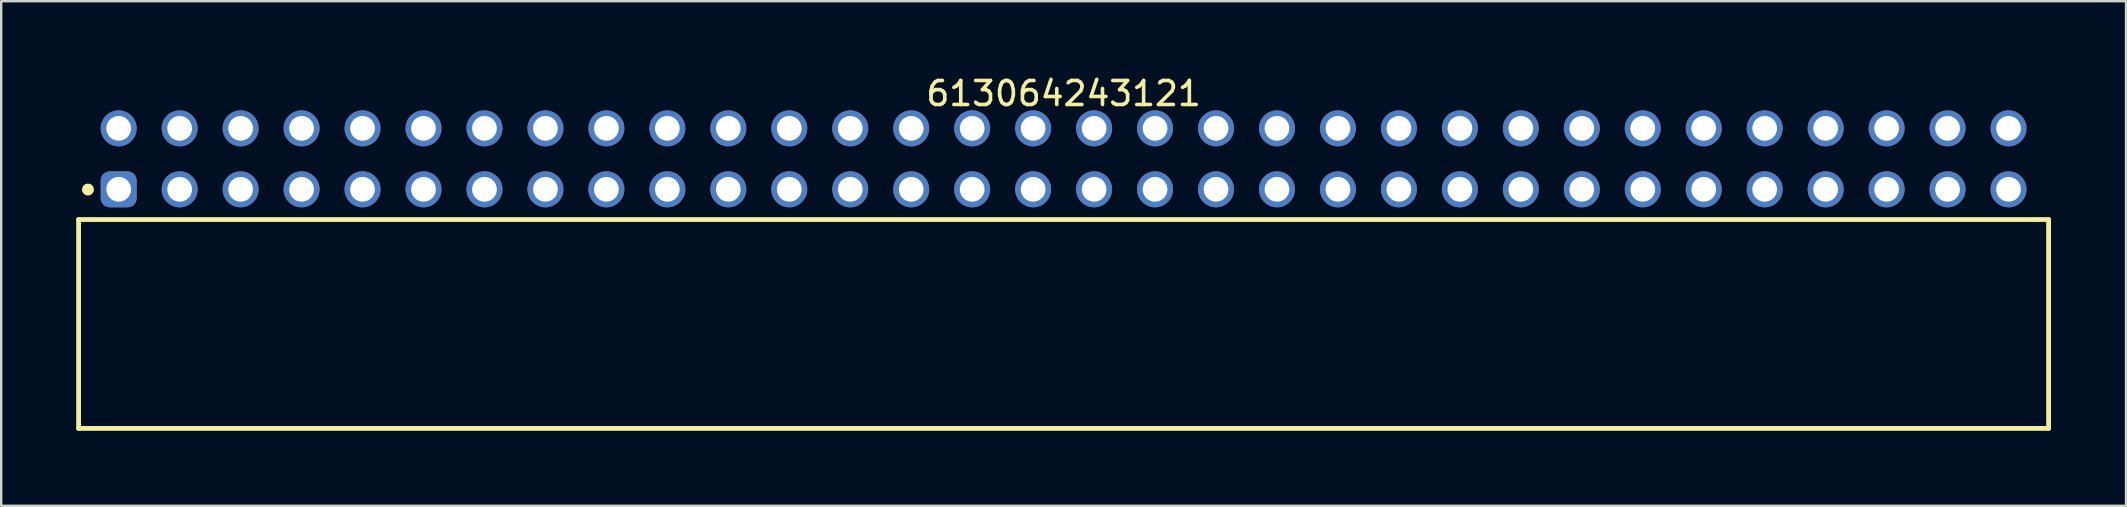
<source format=kicad_pcb>
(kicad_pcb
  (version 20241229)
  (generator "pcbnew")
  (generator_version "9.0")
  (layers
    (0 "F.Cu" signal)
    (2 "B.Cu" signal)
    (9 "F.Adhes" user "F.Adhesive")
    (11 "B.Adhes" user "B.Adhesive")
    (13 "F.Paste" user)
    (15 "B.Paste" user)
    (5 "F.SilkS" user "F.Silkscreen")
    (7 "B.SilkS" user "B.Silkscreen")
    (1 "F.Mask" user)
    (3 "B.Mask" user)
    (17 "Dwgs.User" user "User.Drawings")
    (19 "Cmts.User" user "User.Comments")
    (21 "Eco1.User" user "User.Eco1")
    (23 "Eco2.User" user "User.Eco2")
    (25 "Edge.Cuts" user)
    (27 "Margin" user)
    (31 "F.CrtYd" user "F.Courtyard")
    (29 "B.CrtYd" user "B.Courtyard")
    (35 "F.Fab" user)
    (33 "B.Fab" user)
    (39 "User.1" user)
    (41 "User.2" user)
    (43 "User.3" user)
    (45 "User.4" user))
  (footprint "613064243121"
    (layer "F.Cu")
    (at 41.265 10.448)
    (property "Reference" "613064243121" (at 0 -9.6 0) (layer "F.SilkS") (effects (font (size 1 1) (thickness 0.15))))
    (fp_line (start -41.04 -4.35) (end 41.04 -4.35) (stroke (width 0.2) (type solid)) (layer "F.SilkS"))
    (fp_line (start -41.04 4.35) (end -41.04 -4.35) (stroke (width 0.2) (type solid)) (layer "F.SilkS"))
    (fp_line (start -41.04 4.35) (end 41.04 4.35) (stroke (width 0.2) (type solid)) (layer "F.SilkS"))
    (fp_line (start 41.04 4.35) (end 41.04 -4.35) (stroke (width 0.2) (type solid)) (layer "F.SilkS"))
    (fp_circle (center -40.65 -5.6) (end -40.65 -5.725) (stroke (width 0.25) (type solid)) (fill no) (layer "F.SilkS"))
    (fp_line (start -41.24 -9.1) (end 41.24 -9.1) (stroke (width 0.05) (type solid)) (layer "Eco2.User"))
    (fp_line (start -41.24 4.55) (end -41.24 -9.1) (stroke (width 0.05) (type solid)) (layer "Eco2.User"))
    (fp_line (start -41.24 4.55) (end 41.24 4.55) (stroke (width 0.05) (type solid)) (layer "Eco2.User"))
    (fp_line (start -40.89 -4.25) (end 40.89 -4.25) (stroke (width 0.1) (type solid)) (layer "Eco2.User"))
    (fp_line (start -40.89 4.25) (end -40.89 -4.25) (stroke (width 0.1) (type solid)) (layer "Eco2.User"))
    (fp_line (start -40.89 4.25) (end 40.89 4.25) (stroke (width 0.1) (type solid)) (layer "Eco2.User"))
    (fp_line (start -39.74 -8.35) (end -39 -8.35) (stroke (width 0.1) (type solid)) (layer "Eco2.User"))
    (fp_line (start -39.74 -5.81) (end -39 -5.81) (stroke (width 0.1) (type solid)) (layer "Eco2.User"))
    (fp_line (start -39.74 -4.25) (end -39.74 -8.35) (stroke (width 0.1) (type solid)) (layer "Eco2.User"))
    (fp_line (start -39 -4.25) (end -39 -8.35) (stroke (width 0.1) (type solid)) (layer "Eco2.User"))
    (fp_line (start -37.2 -8.35) (end -36.46 -8.35) (stroke (width 0.1) (type solid)) (layer "Eco2.User"))
    (fp_line (start -37.2 -5.81) (end -36.46 -5.81) (stroke (width 0.1) (type solid)) (layer "Eco2.User"))
    (fp_line (start -37.2 -4.25) (end -37.2 -8.35) (stroke (width 0.1) (type solid)) (layer "Eco2.User"))
    (fp_line (start -36.46 -4.25) (end -36.46 -8.35) (stroke (width 0.1) (type solid)) (layer "Eco2.User"))
    (fp_line (start -34.66 -8.35) (end -33.92 -8.35) (stroke (width 0.1) (type solid)) (layer "Eco2.User"))
    (fp_line (start -34.66 -5.81) (end -33.92 -5.81) (stroke (width 0.1) (type solid)) (layer "Eco2.User"))
    (fp_line (start -34.66 -4.25) (end -34.66 -8.35) (stroke (width 0.1) (type solid)) (layer "Eco2.User"))
    (fp_line (start -33.92 -4.25) (end -33.92 -8.35) (stroke (width 0.1) (type solid)) (layer "Eco2.User"))
    (fp_line (start -32.12 -8.35) (end -31.38 -8.35) (stroke (width 0.1) (type solid)) (layer "Eco2.User"))
    (fp_line (start -32.12 -5.81) (end -31.38 -5.81) (stroke (width 0.1) (type solid)) (layer "Eco2.User"))
    (fp_line (start -32.12 -4.25) (end -32.12 -8.35) (stroke (width 0.1) (type solid)) (layer "Eco2.User"))
    (fp_line (start -31.38 -4.25) (end -31.38 -8.35) (stroke (width 0.1) (type solid)) (layer "Eco2.User"))
    (fp_line (start -29.58 -8.35) (end -28.84 -8.35) (stroke (width 0.1) (type solid)) (layer "Eco2.User"))
    (fp_line (start -29.58 -5.81) (end -28.84 -5.81) (stroke (width 0.1) (type solid)) (layer "Eco2.User"))
    (fp_line (start -29.58 -4.25) (end -29.58 -8.35) (stroke (width 0.1) (type solid)) (layer "Eco2.User"))
    (fp_line (start -28.84 -4.25) (end -28.84 -8.35) (stroke (width 0.1) (type solid)) (layer "Eco2.User"))
    (fp_line (start -27.04 -8.35) (end -26.3 -8.35) (stroke (width 0.1) (type solid)) (layer "Eco2.User"))
    (fp_line (start -27.04 -5.81) (end -26.3 -5.81) (stroke (width 0.1) (type solid)) (layer "Eco2.User"))
    (fp_line (start -27.04 -4.25) (end -27.04 -8.35) (stroke (width 0.1) (type solid)) (layer "Eco2.User"))
    (fp_line (start -26.3 -4.25) (end -26.3 -8.35) (stroke (width 0.1) (type solid)) (layer "Eco2.User"))
    (fp_line (start -24.5 -8.35) (end -23.76 -8.35) (stroke (width 0.1) (type solid)) (layer "Eco2.User"))
    (fp_line (start -24.5 -5.81) (end -23.76 -5.81) (stroke (width 0.1) (type solid)) (layer "Eco2.User"))
    (fp_line (start -24.5 -4.25) (end -24.5 -8.35) (stroke (width 0.1) (type solid)) (layer "Eco2.User"))
    (fp_line (start -23.76 -4.25) (end -23.76 -8.35) (stroke (width 0.1) (type solid)) (layer "Eco2.User"))
    (fp_line (start -21.96 -8.35) (end -21.22 -8.35) (stroke (width 0.1) (type solid)) (layer "Eco2.User"))
    (fp_line (start -21.96 -5.81) (end -21.22 -5.81) (stroke (width 0.1) (type solid)) (layer "Eco2.User"))
    (fp_line (start -21.96 -4.25) (end -21.96 -8.35) (stroke (width 0.1) (type solid)) (layer "Eco2.User"))
    (fp_line (start -21.22 -4.25) (end -21.22 -8.35) (stroke (width 0.1) (type solid)) (layer "Eco2.User"))
    (fp_line (start -19.42 -8.35) (end -18.68 -8.35) (stroke (width 0.1) (type solid)) (layer "Eco2.User"))
    (fp_line (start -19.42 -5.81) (end -18.68 -5.81) (stroke (width 0.1) (type solid)) (layer "Eco2.User"))
    (fp_line (start -19.42 -4.25) (end -19.42 -8.35) (stroke (width 0.1) (type solid)) (layer "Eco2.User"))
    (fp_line (start -18.68 -4.25) (end -18.68 -8.35) (stroke (width 0.1) (type solid)) (layer "Eco2.User"))
    (fp_line (start -16.88 -8.35) (end -16.14 -8.35) (stroke (width 0.1) (type solid)) (layer "Eco2.User"))
    (fp_line (start -16.88 -5.81) (end -16.14 -5.81) (stroke (width 0.1) (type solid)) (layer "Eco2.User"))
    (fp_line (start -16.88 -4.25) (end -16.88 -8.35) (stroke (width 0.1) (type solid)) (layer "Eco2.User"))
    (fp_line (start -16.14 -4.25) (end -16.14 -8.35) (stroke (width 0.1) (type solid)) (layer "Eco2.User"))
    (fp_line (start -14.34 -8.35) (end -13.6 -8.35) (stroke (width 0.1) (type solid)) (layer "Eco2.User"))
    (fp_line (start -14.34 -5.81) (end -13.6 -5.81) (stroke (width 0.1) (type solid)) (layer "Eco2.User"))
    (fp_line (start -14.34 -4.25) (end -14.34 -8.35) (stroke (width 0.1) (type solid)) (layer "Eco2.User"))
    (fp_line (start -13.6 -4.25) (end -13.6 -8.35) (stroke (width 0.1) (type solid)) (layer "Eco2.User"))
    (fp_line (start -11.8 -8.35) (end -11.06 -8.35) (stroke (width 0.1) (type solid)) (layer "Eco2.User"))
    (fp_line (start -11.8 -5.81) (end -11.06 -5.81) (stroke (width 0.1) (type solid)) (layer "Eco2.User"))
    (fp_line (start -11.8 -4.25) (end -11.8 -8.35) (stroke (width 0.1) (type solid)) (layer "Eco2.User"))
    (fp_line (start -11.06 -4.25) (end -11.06 -8.35) (stroke (width 0.1) (type solid)) (layer "Eco2.User"))
    (fp_line (start -9.26 -8.35) (end -8.52 -8.35) (stroke (width 0.1) (type solid)) (layer "Eco2.User"))
    (fp_line (start -9.26 -5.81) (end -8.52 -5.81) (stroke (width 0.1) (type solid)) (layer "Eco2.User"))
    (fp_line (start -9.26 -4.25) (end -9.26 -8.35) (stroke (width 0.1) (type solid)) (layer "Eco2.User"))
    (fp_line (start -8.52 -4.25) (end -8.52 -8.35) (stroke (width 0.1) (type solid)) (layer "Eco2.User"))
    (fp_line (start -6.72 -8.35) (end -5.98 -8.35) (stroke (width 0.1) (type solid)) (layer "Eco2.User"))
    (fp_line (start -6.72 -5.81) (end -5.98 -5.81) (stroke (width 0.1) (type solid)) (layer "Eco2.User"))
    (fp_line (start -6.72 -4.25) (end -6.72 -8.35) (stroke (width 0.1) (type solid)) (layer "Eco2.User"))
    (fp_line (start -5.98 -4.25) (end -5.98 -8.35) (stroke (width 0.1) (type solid)) (layer "Eco2.User"))
    (fp_line (start -4.18 -8.35) (end -3.44 -8.35) (stroke (width 0.1) (type solid)) (layer "Eco2.User"))
    (fp_line (start -4.18 -5.81) (end -3.44 -5.81) (stroke (width 0.1) (type solid)) (layer "Eco2.User"))
    (fp_line (start -4.18 -4.25) (end -4.18 -8.35) (stroke (width 0.1) (type solid)) (layer "Eco2.User"))
    (fp_line (start -3.44 -4.25) (end -3.44 -8.35) (stroke (width 0.1) (type solid)) (layer "Eco2.User"))
    (fp_line (start -1.64 -8.35) (end -0.9 -8.35) (stroke (width 0.1) (type solid)) (layer "Eco2.User"))
    (fp_line (start -1.64 -5.81) (end -0.9 -5.81) (stroke (width 0.1) (type solid)) (layer "Eco2.User"))
    (fp_line (start -1.64 -4.25) (end -1.64 -8.35) (stroke (width 0.1) (type solid)) (layer "Eco2.User"))
    (fp_line (start -0.9 -4.25) (end -0.9 -8.35) (stroke (width 0.1) (type solid)) (layer "Eco2.User"))
    (fp_line (start -0.5 0) (end 0.5 0) (stroke (width 0.05) (type solid)) (layer "Eco2.User"))
    (fp_line (start 0 0.5) (end 0 -0.5) (stroke (width 0.05) (type solid)) (layer "Eco2.User"))
    (fp_line (start 0.9 -8.35) (end 1.64 -8.35) (stroke (width 0.1) (type solid)) (layer "Eco2.User"))
    (fp_line (start 0.9 -5.81) (end 1.64 -5.81) (stroke (width 0.1) (type solid)) (layer "Eco2.User"))
    (fp_line (start 0.9 -4.25) (end 0.9 -8.35) (stroke (width 0.1) (type solid)) (layer "Eco2.User"))
    (fp_line (start 1.64 -4.25) (end 1.64 -8.35) (stroke (width 0.1) (type solid)) (layer "Eco2.User"))
    (fp_line (start 3.44 -8.35) (end 4.18 -8.35) (stroke (width 0.1) (type solid)) (layer "Eco2.User"))
    (fp_line (start 3.44 -5.81) (end 4.18 -5.81) (stroke (width 0.1) (type solid)) (layer "Eco2.User"))
    (fp_line (start 3.44 -4.25) (end 3.44 -8.35) (stroke (width 0.1) (type solid)) (layer "Eco2.User"))
    (fp_line (start 4.18 -4.25) (end 4.18 -8.35) (stroke (width 0.1) (type solid)) (layer "Eco2.User"))
    (fp_line (start 5.98 -8.35) (end 6.72 -8.35) (stroke (width 0.1) (type solid)) (layer "Eco2.User"))
    (fp_line (start 5.98 -5.81) (end 6.72 -5.81) (stroke (width 0.1) (type solid)) (layer "Eco2.User"))
    (fp_line (start 5.98 -4.25) (end 5.98 -8.35) (stroke (width 0.1) (type solid)) (layer "Eco2.User"))
    (fp_line (start 6.72 -4.25) (end 6.72 -8.35) (stroke (width 0.1) (type solid)) (layer "Eco2.User"))
    (fp_line (start 8.52 -8.35) (end 9.26 -8.35) (stroke (width 0.1) (type solid)) (layer "Eco2.User"))
    (fp_line (start 8.52 -5.81) (end 9.26 -5.81) (stroke (width 0.1) (type solid)) (layer "Eco2.User"))
    (fp_line (start 8.52 -4.25) (end 8.52 -8.35) (stroke (width 0.1) (type solid)) (layer "Eco2.User"))
    (fp_line (start 9.26 -4.25) (end 9.26 -8.35) (stroke (width 0.1) (type solid)) (layer "Eco2.User"))
    (fp_line (start 11.06 -8.35) (end 11.8 -8.35) (stroke (width 0.1) (type solid)) (layer "Eco2.User"))
    (fp_line (start 11.06 -5.81) (end 11.8 -5.81) (stroke (width 0.1) (type solid)) (layer "Eco2.User"))
    (fp_line (start 11.06 -4.25) (end 11.06 -8.35) (stroke (width 0.1) (type solid)) (layer "Eco2.User"))
    (fp_line (start 11.8 -4.25) (end 11.8 -8.35) (stroke (width 0.1) (type solid)) (layer "Eco2.User"))
    (fp_line (start 13.6 -8.35) (end 14.34 -8.35) (stroke (width 0.1) (type solid)) (layer "Eco2.User"))
    (fp_line (start 13.6 -5.81) (end 14.34 -5.81) (stroke (width 0.1) (type solid)) (layer "Eco2.User"))
    (fp_line (start 13.6 -4.25) (end 13.6 -8.35) (stroke (width 0.1) (type solid)) (layer "Eco2.User"))
    (fp_line (start 14.34 -4.25) (end 14.34 -8.35) (stroke (width 0.1) (type solid)) (layer "Eco2.User"))
    (fp_line (start 16.14 -8.35) (end 16.88 -8.35) (stroke (width 0.1) (type solid)) (layer "Eco2.User"))
    (fp_line (start 16.14 -5.81) (end 16.88 -5.81) (stroke (width 0.1) (type solid)) (layer "Eco2.User"))
    (fp_line (start 16.14 -4.25) (end 16.14 -8.35) (stroke (width 0.1) (type solid)) (layer "Eco2.User"))
    (fp_line (start 16.88 -4.25) (end 16.88 -8.35) (stroke (width 0.1) (type solid)) (layer "Eco2.User"))
    (fp_line (start 18.68 -8.35) (end 19.42 -8.35) (stroke (width 0.1) (type solid)) (layer "Eco2.User"))
    (fp_line (start 18.68 -5.81) (end 19.42 -5.81) (stroke (width 0.1) (type solid)) (layer "Eco2.User"))
    (fp_line (start 18.68 -4.25) (end 18.68 -8.35) (stroke (width 0.1) (type solid)) (layer "Eco2.User"))
    (fp_line (start 19.42 -4.25) (end 19.42 -8.35) (stroke (width 0.1) (type solid)) (layer "Eco2.User"))
    (fp_line (start 21.22 -8.35) (end 21.96 -8.35) (stroke (width 0.1) (type solid)) (layer "Eco2.User"))
    (fp_line (start 21.22 -5.81) (end 21.96 -5.81) (stroke (width 0.1) (type solid)) (layer "Eco2.User"))
    (fp_line (start 21.22 -4.25) (end 21.22 -8.35) (stroke (width 0.1) (type solid)) (layer "Eco2.User"))
    (fp_line (start 21.96 -4.25) (end 21.96 -8.35) (stroke (width 0.1) (type solid)) (layer "Eco2.User"))
    (fp_line (start 23.76 -8.35) (end 24.5 -8.35) (stroke (width 0.1) (type solid)) (layer "Eco2.User"))
    (fp_line (start 23.76 -5.81) (end 24.5 -5.81) (stroke (width 0.1) (type solid)) (layer "Eco2.User"))
    (fp_line (start 23.76 -4.25) (end 23.76 -8.35) (stroke (width 0.1) (type solid)) (layer "Eco2.User"))
    (fp_line (start 24.5 -4.25) (end 24.5 -8.35) (stroke (width 0.1) (type solid)) (layer "Eco2.User"))
    (fp_line (start 26.3 -8.35) (end 27.04 -8.35) (stroke (width 0.1) (type solid)) (layer "Eco2.User"))
    (fp_line (start 26.3 -5.81) (end 27.04 -5.81) (stroke (width 0.1) (type solid)) (layer "Eco2.User"))
    (fp_line (start 26.3 -4.25) (end 26.3 -8.35) (stroke (width 0.1) (type solid)) (layer "Eco2.User"))
    (fp_line (start 27.04 -4.25) (end 27.04 -8.35) (stroke (width 0.1) (type solid)) (layer "Eco2.User"))
    (fp_line (start 28.84 -8.35) (end 29.58 -8.35) (stroke (width 0.1) (type solid)) (layer "Eco2.User"))
    (fp_line (start 28.84 -5.81) (end 29.58 -5.81) (stroke (width 0.1) (type solid)) (layer "Eco2.User"))
    (fp_line (start 28.84 -4.25) (end 28.84 -8.35) (stroke (width 0.1) (type solid)) (layer "Eco2.User"))
    (fp_line (start 29.58 -4.25) (end 29.58 -8.35) (stroke (width 0.1) (type solid)) (layer "Eco2.User"))
    (fp_line (start 31.38 -8.35) (end 32.12 -8.35) (stroke (width 0.1) (type solid)) (layer "Eco2.User"))
    (fp_line (start 31.38 -5.81) (end 32.12 -5.81) (stroke (width 0.1) (type solid)) (layer "Eco2.User"))
    (fp_line (start 31.38 -4.25) (end 31.38 -8.35) (stroke (width 0.1) (type solid)) (layer "Eco2.User"))
    (fp_line (start 32.12 -4.25) (end 32.12 -8.35) (stroke (width 0.1) (type solid)) (layer "Eco2.User"))
    (fp_line (start 33.92 -8.35) (end 34.66 -8.35) (stroke (width 0.1) (type solid)) (layer "Eco2.User"))
    (fp_line (start 33.92 -5.81) (end 34.66 -5.81) (stroke (width 0.1) (type solid)) (layer "Eco2.User"))
    (fp_line (start 33.92 -4.25) (end 33.92 -8.35) (stroke (width 0.1) (type solid)) (layer "Eco2.User"))
    (fp_line (start 34.66 -4.25) (end 34.66 -8.35) (stroke (width 0.1) (type solid)) (layer "Eco2.User"))
    (fp_line (start 36.46 -8.35) (end 37.2 -8.35) (stroke (width 0.1) (type solid)) (layer "Eco2.User"))
    (fp_line (start 36.46 -5.81) (end 37.2 -5.81) (stroke (width 0.1) (type solid)) (layer "Eco2.User"))
    (fp_line (start 36.46 -4.25) (end 36.46 -8.35) (stroke (width 0.1) (type solid)) (layer "Eco2.User"))
    (fp_line (start 37.2 -4.25) (end 37.2 -8.35) (stroke (width 0.1) (type solid)) (layer "Eco2.User"))
    (fp_line (start 39 -8.35) (end 39.74 -8.35) (stroke (width 0.1) (type solid)) (layer "Eco2.User"))
    (fp_line (start 39 -5.81) (end 39.74 -5.81) (stroke (width 0.1) (type solid)) (layer "Eco2.User"))
    (fp_line (start 39 -4.25) (end 39 -8.35) (stroke (width 0.1) (type solid)) (layer "Eco2.User"))
    (fp_line (start 39.74 -4.25) (end 39.74 -8.35) (stroke (width 0.1) (type solid)) (layer "Eco2.User"))
    (fp_line (start 40.89 4.25) (end 40.89 -4.25) (stroke (width 0.1) (type solid)) (layer "Eco2.User"))
    (fp_line (start 41.24 4.55) (end 41.24 -9.1) (stroke (width 0.05) (type solid)) (layer "Eco2.User"))
    (fp_text user "${REFERENCE}" (at 0.15 -0.197 0) (unlocked yes) (layer "User.3") (effects (font (size 1.5 1.5) (thickness 0.15))))
    (pad "1" thru_hole roundrect (at -39.37 -5.61) (size 1.5 1.5) (drill 1.03) (layers "*.Cu" "*.Mask") (roundrect_rratio 0.25))
    (pad "2" thru_hole circle (at -39.37 -8.15) (size 1.5 1.5) (drill 1.03) (layers "*.Cu" "*.Mask"))
    (pad "3" thru_hole circle (at -36.83 -5.61) (size 1.5 1.5) (drill 1.03) (layers "*.Cu" "*.Mask"))
    (pad "4" thru_hole circle (at -36.83 -8.15) (size 1.5 1.5) (drill 1.03) (layers "*.Cu" "*.Mask"))
    (pad "5" thru_hole circle (at -34.29 -5.61) (size 1.5 1.5) (drill 1.03) (layers "*.Cu" "*.Mask"))
    (pad "6" thru_hole circle (at -34.29 -8.15) (size 1.5 1.5) (drill 1.03) (layers "*.Cu" "*.Mask"))
    (pad "7" thru_hole circle (at -31.75 -5.61) (size 1.5 1.5) (drill 1.03) (layers "*.Cu" "*.Mask"))
    (pad "8" thru_hole circle (at -31.75 -8.15) (size 1.5 1.5) (drill 1.03) (layers "*.Cu" "*.Mask"))
    (pad "9" thru_hole circle (at -29.21 -5.61) (size 1.5 1.5) (drill 1.03) (layers "*.Cu" "*.Mask"))
    (pad "10" thru_hole circle (at -29.21 -8.15) (size 1.5 1.5) (drill 1.03) (layers "*.Cu" "*.Mask"))
    (pad "11" thru_hole circle (at -26.67 -5.61) (size 1.5 1.5) (drill 1.03) (layers "*.Cu" "*.Mask"))
    (pad "12" thru_hole circle (at -26.67 -8.15) (size 1.5 1.5) (drill 1.03) (layers "*.Cu" "*.Mask"))
    (pad "13" thru_hole circle (at -24.13 -5.61) (size 1.5 1.5) (drill 1.03) (layers "*.Cu" "*.Mask"))
    (pad "14" thru_hole circle (at -24.13 -8.15) (size 1.5 1.5) (drill 1.03) (layers "*.Cu" "*.Mask"))
    (pad "15" thru_hole circle (at -21.59 -5.61) (size 1.5 1.5) (drill 1.03) (layers "*.Cu" "*.Mask"))
    (pad "16" thru_hole circle (at -21.59 -8.15) (size 1.5 1.5) (drill 1.03) (layers "*.Cu" "*.Mask"))
    (pad "17" thru_hole circle (at -19.05 -5.61) (size 1.5 1.5) (drill 1.03) (layers "*.Cu" "*.Mask"))
    (pad "18" thru_hole circle (at -19.05 -8.15) (size 1.5 1.5) (drill 1.03) (layers "*.Cu" "*.Mask"))
    (pad "19" thru_hole circle (at -16.51 -5.61) (size 1.5 1.5) (drill 1.03) (layers "*.Cu" "*.Mask"))
    (pad "20" thru_hole circle (at -16.51 -8.15) (size 1.5 1.5) (drill 1.03) (layers "*.Cu" "*.Mask"))
    (pad "21" thru_hole circle (at -13.97 -5.61) (size 1.5 1.5) (drill 1.03) (layers "*.Cu" "*.Mask"))
    (pad "22" thru_hole circle (at -13.97 -8.15) (size 1.5 1.5) (drill 1.03) (layers "*.Cu" "*.Mask"))
    (pad "23" thru_hole circle (at -11.43 -5.61) (size 1.5 1.5) (drill 1.03) (layers "*.Cu" "*.Mask"))
    (pad "24" thru_hole circle (at -11.43 -8.15) (size 1.5 1.5) (drill 1.03) (layers "*.Cu" "*.Mask"))
    (pad "25" thru_hole circle (at -8.89 -5.61) (size 1.5 1.5) (drill 1.03) (layers "*.Cu" "*.Mask"))
    (pad "26" thru_hole circle (at -8.89 -8.15) (size 1.5 1.5) (drill 1.03) (layers "*.Cu" "*.Mask"))
    (pad "27" thru_hole circle (at -6.35 -5.61) (size 1.5 1.5) (drill 1.03) (layers "*.Cu" "*.Mask"))
    (pad "28" thru_hole circle (at -6.35 -8.15) (size 1.5 1.5) (drill 1.03) (layers "*.Cu" "*.Mask"))
    (pad "29" thru_hole circle (at -3.81 -5.61) (size 1.5 1.5) (drill 1.03) (layers "*.Cu" "*.Mask"))
    (pad "30" thru_hole circle (at -3.81 -8.15) (size 1.5 1.5) (drill 1.03) (layers "*.Cu" "*.Mask"))
    (pad "31" thru_hole circle (at -1.27 -5.61) (size 1.5 1.5) (drill 1.03) (layers "*.Cu" "*.Mask"))
    (pad "32" thru_hole circle (at -1.27 -8.15) (size 1.5 1.5) (drill 1.03) (layers "*.Cu" "*.Mask"))
    (pad "33" thru_hole circle (at 1.27 -5.61) (size 1.5 1.5) (drill 1.03) (layers "*.Cu" "*.Mask"))
    (pad "34" thru_hole circle (at 1.27 -8.15) (size 1.5 1.5) (drill 1.03) (layers "*.Cu" "*.Mask"))
    (pad "35" thru_hole circle (at 3.81 -5.61) (size 1.5 1.5) (drill 1.03) (layers "*.Cu" "*.Mask"))
    (pad "36" thru_hole circle (at 3.81 -8.15) (size 1.5 1.5) (drill 1.03) (layers "*.Cu" "*.Mask"))
    (pad "37" thru_hole circle (at 6.35 -5.61) (size 1.5 1.5) (drill 1.03) (layers "*.Cu" "*.Mask"))
    (pad "38" thru_hole circle (at 6.35 -8.15) (size 1.5 1.5) (drill 1.03) (layers "*.Cu" "*.Mask"))
    (pad "39" thru_hole circle (at 8.89 -5.61) (size 1.5 1.5) (drill 1.03) (layers "*.Cu" "*.Mask"))
    (pad "40" thru_hole circle (at 8.89 -8.15) (size 1.5 1.5) (drill 1.03) (layers "*.Cu" "*.Mask"))
    (pad "41" thru_hole circle (at 11.43 -5.61) (size 1.5 1.5) (drill 1.03) (layers "*.Cu" "*.Mask"))
    (pad "42" thru_hole circle (at 11.43 -8.15) (size 1.5 1.5) (drill 1.03) (layers "*.Cu" "*.Mask"))
    (pad "43" thru_hole circle (at 13.97 -5.61) (size 1.5 1.5) (drill 1.03) (layers "*.Cu" "*.Mask"))
    (pad "44" thru_hole circle (at 13.97 -8.15) (size 1.5 1.5) (drill 1.03) (layers "*.Cu" "*.Mask"))
    (pad "45" thru_hole circle (at 16.51 -5.61) (size 1.5 1.5) (drill 1.03) (layers "*.Cu" "*.Mask"))
    (pad "46" thru_hole circle (at 16.51 -8.15) (size 1.5 1.5) (drill 1.03) (layers "*.Cu" "*.Mask"))
    (pad "47" thru_hole circle (at 19.05 -5.61) (size 1.5 1.5) (drill 1.03) (layers "*.Cu" "*.Mask"))
    (pad "48" thru_hole circle (at 19.05 -8.15) (size 1.5 1.5) (drill 1.03) (layers "*.Cu" "*.Mask"))
    (pad "49" thru_hole circle (at 21.59 -5.61) (size 1.5 1.5) (drill 1.03) (layers "*.Cu" "*.Mask"))
    (pad "50" thru_hole circle (at 21.59 -8.15) (size 1.5 1.5) (drill 1.03) (layers "*.Cu" "*.Mask"))
    (pad "51" thru_hole circle (at 24.13 -5.61) (size 1.5 1.5) (drill 1.03) (layers "*.Cu" "*.Mask"))
    (pad "52" thru_hole circle (at 24.13 -8.15) (size 1.5 1.5) (drill 1.03) (layers "*.Cu" "*.Mask"))
    (pad "53" thru_hole circle (at 26.67 -5.61) (size 1.5 1.5) (drill 1.03) (layers "*.Cu" "*.Mask"))
    (pad "54" thru_hole circle (at 26.67 -8.15) (size 1.5 1.5) (drill 1.03) (layers "*.Cu" "*.Mask"))
    (pad "55" thru_hole circle (at 29.21 -5.61) (size 1.5 1.5) (drill 1.03) (layers "*.Cu" "*.Mask"))
    (pad "56" thru_hole circle (at 29.21 -8.15) (size 1.5 1.5) (drill 1.03) (layers "*.Cu" "*.Mask"))
    (pad "57" thru_hole circle (at 31.75 -5.61) (size 1.5 1.5) (drill 1.03) (layers "*.Cu" "*.Mask"))
    (pad "58" thru_hole circle (at 31.75 -8.15) (size 1.5 1.5) (drill 1.03) (layers "*.Cu" "*.Mask"))
    (pad "59" thru_hole circle (at 34.29 -5.61) (size 1.5 1.5) (drill 1.03) (layers "*.Cu" "*.Mask"))
    (pad "60" thru_hole circle (at 34.29 -8.15) (size 1.5 1.5) (drill 1.03) (layers "*.Cu" "*.Mask"))
    (pad "61" thru_hole circle (at 36.83 -5.61) (size 1.5 1.5) (drill 1.03) (layers "*.Cu" "*.Mask"))
    (pad "62" thru_hole circle (at 36.83 -8.15) (size 1.5 1.5) (drill 1.03) (layers "*.Cu" "*.Mask"))
    (pad "63" thru_hole circle (at 39.37 -5.61) (size 1.5 1.5) (drill 1.03) (layers "*.Cu" "*.Mask"))
    (pad "64" thru_hole circle (at 39.37 -8.15) (size 1.5 1.5) (drill 1.03) (layers "*.Cu" "*.Mask")))
  (gr_rect
    (start -3 -3)
    (end 85.53 18.023)
    (stroke (width 0.1) (type default))
    (fill no)
    (layer "Edge.Cuts")))
</source>
